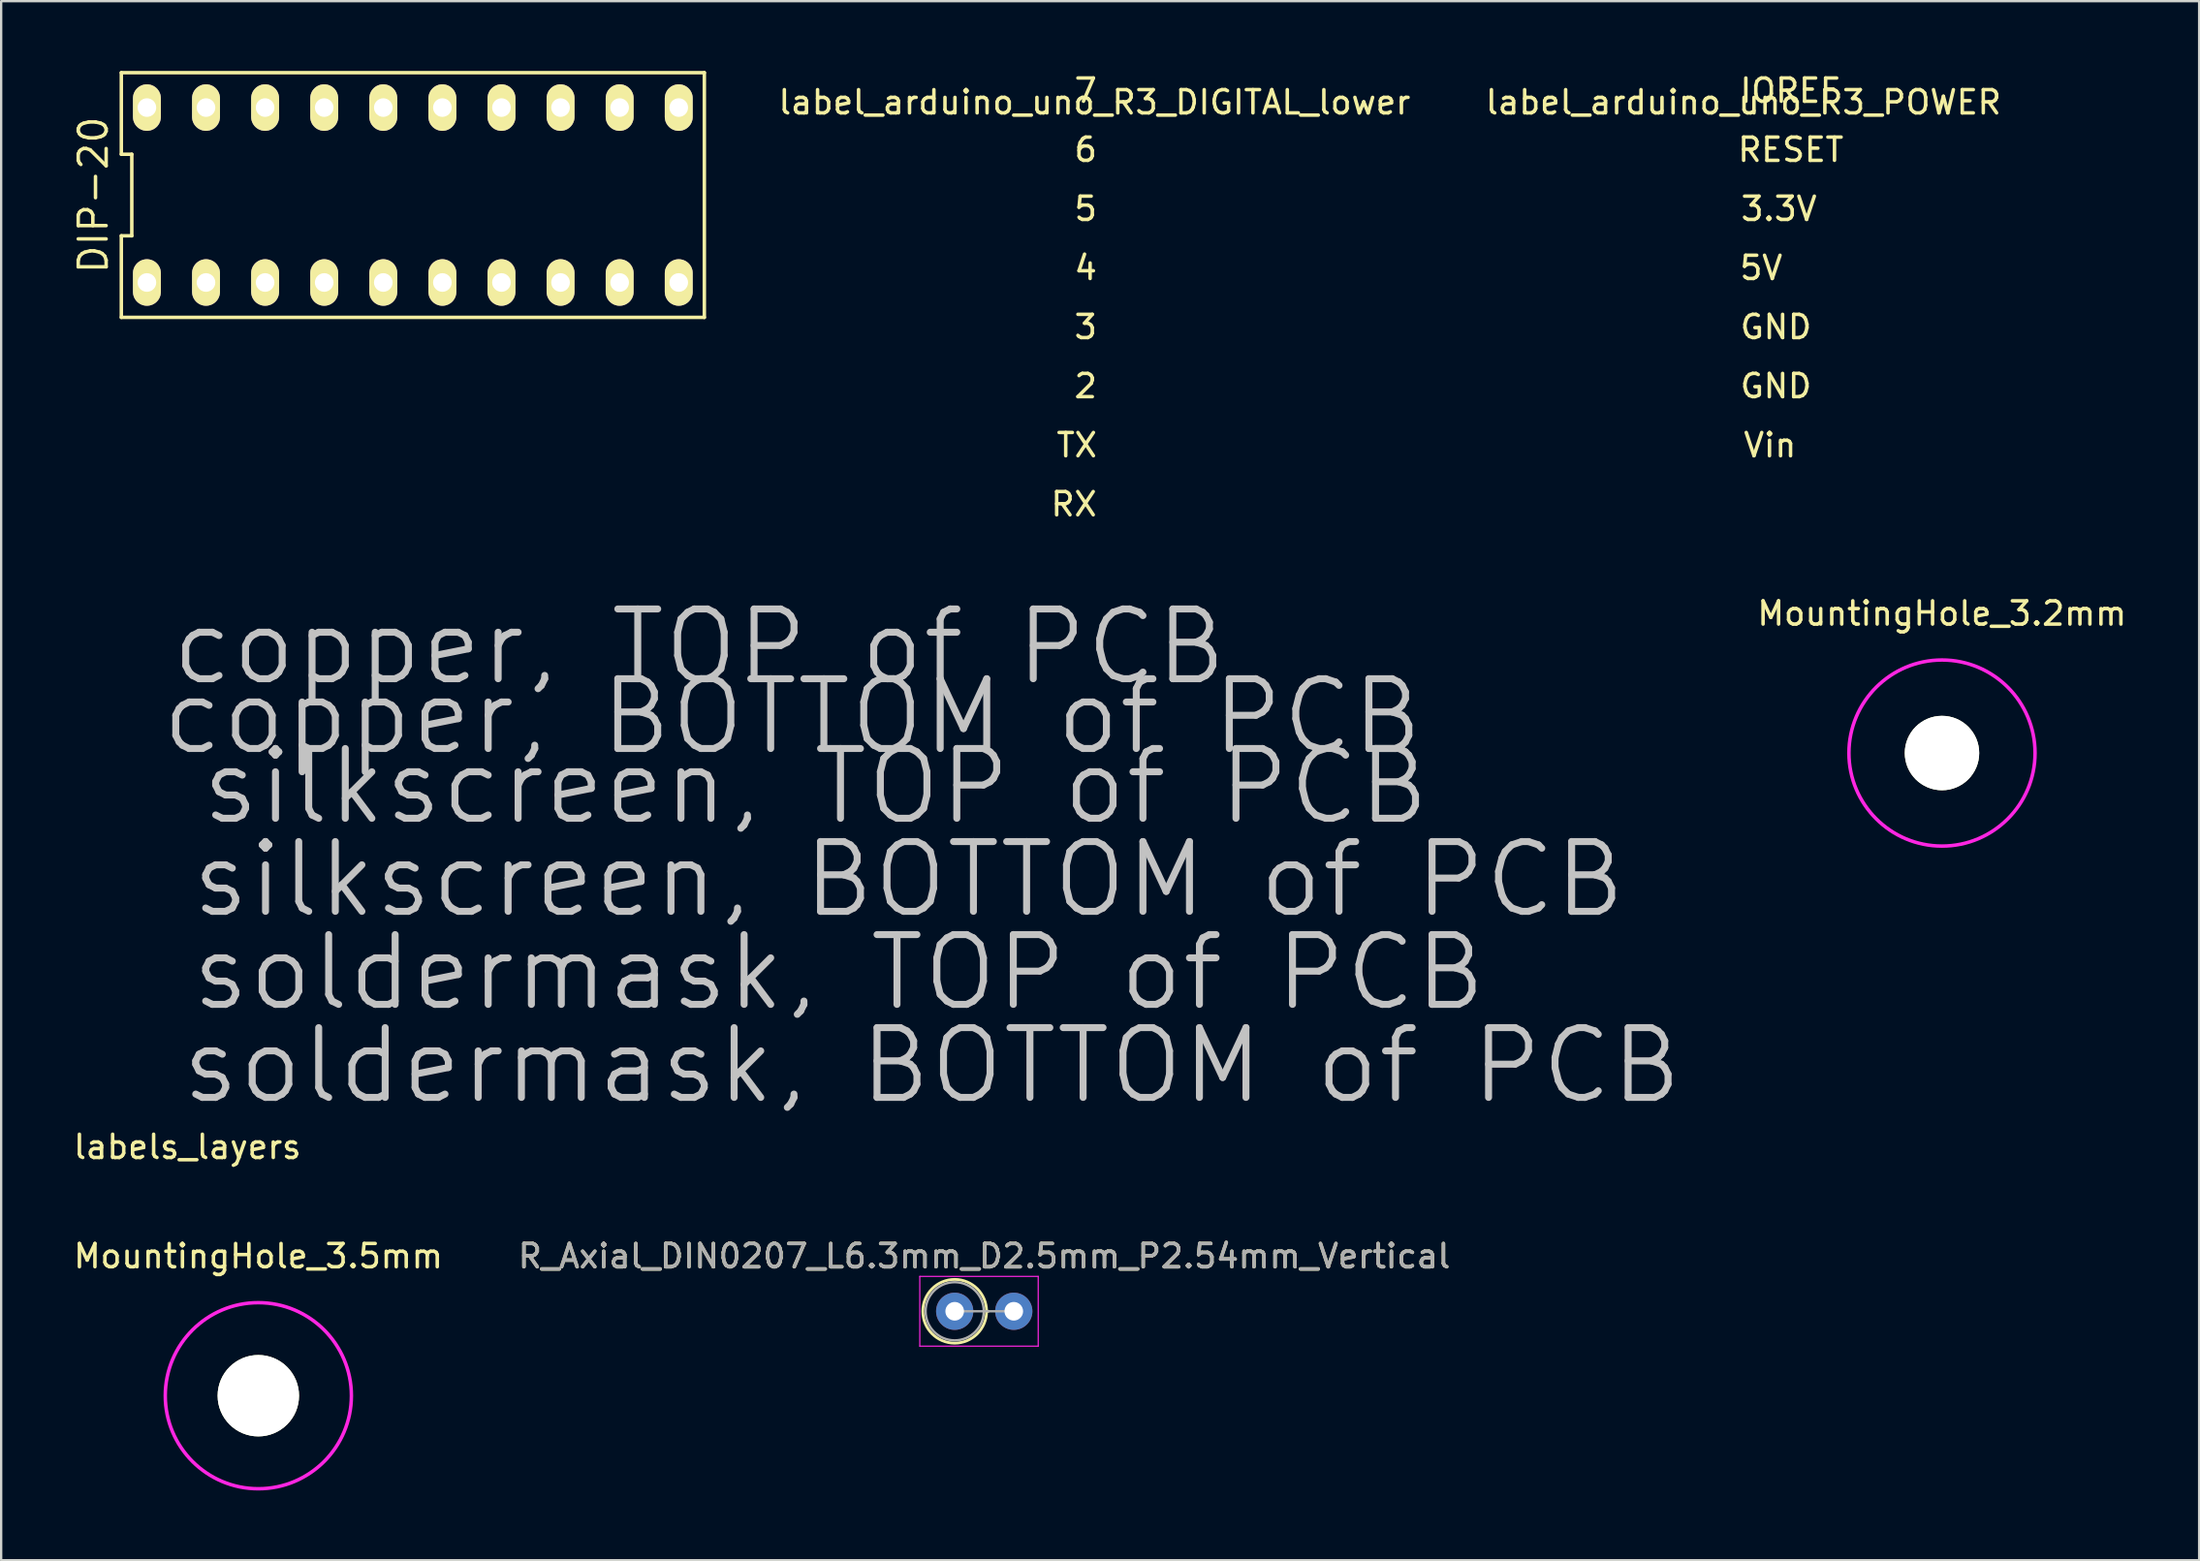
<source format=kicad_pcb>
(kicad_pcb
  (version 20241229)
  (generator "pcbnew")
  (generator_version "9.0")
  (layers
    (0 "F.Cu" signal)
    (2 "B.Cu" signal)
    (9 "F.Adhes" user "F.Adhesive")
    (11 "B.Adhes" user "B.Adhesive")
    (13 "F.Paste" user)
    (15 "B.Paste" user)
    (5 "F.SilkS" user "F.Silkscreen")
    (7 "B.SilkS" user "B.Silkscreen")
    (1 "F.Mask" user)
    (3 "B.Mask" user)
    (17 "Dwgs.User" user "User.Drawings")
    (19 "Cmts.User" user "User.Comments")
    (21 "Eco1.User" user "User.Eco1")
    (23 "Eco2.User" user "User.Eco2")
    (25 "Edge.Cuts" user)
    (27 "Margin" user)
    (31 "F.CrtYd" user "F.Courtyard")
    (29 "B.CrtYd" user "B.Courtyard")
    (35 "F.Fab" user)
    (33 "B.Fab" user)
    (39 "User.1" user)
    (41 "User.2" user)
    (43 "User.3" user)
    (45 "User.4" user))
  (footprint "label_arduino_uno_R3_DIGITAL_lower"
    (layer "F.Cu")
    (at 43.997 0.848)
    (property "Reference" "label_arduino_uno_R3_DIGITAL_lower" (at 0 0.5 0) (layer "F.SilkS") (effects (font (size 1 1) (thickness 0.15))))
    (attr through_hole)
    (fp_text user "5" (at -0.381 5.08 0) (layer "F.SilkS") (effects (font (size 1 1) (thickness 0.15))))
    (fp_text user "4" (at -0.381 7.62 0) (layer "F.SilkS") (effects (font (size 1 1) (thickness 0.15))))
    (fp_text user "7" (at -0.381 0 0) (layer "F.SilkS") (effects (font (size 1 1) (thickness 0.15))))
    (fp_text user "6" (at -0.381 2.54 0) (layer "F.SilkS") (effects (font (size 1 1) (thickness 0.15))))
    (fp_text user "3" (at -0.381 10.16 0) (layer "F.SilkS") (effects (font (size 1 1) (thickness 0.15))))
    (fp_text user "2" (at -0.381 12.7 0) (layer "F.SilkS") (effects (font (size 1 1) (thickness 0.15))))
    (fp_text user "RX" (at -0.889 17.78 0) (layer "F.SilkS") (effects (font (size 1 1) (thickness 0.15))))
    (fp_text user "TX" (at -0.762 15.24 0) (layer "F.SilkS") (effects (font (size 1 1) (thickness 0.15)))))
  (footprint "labels_layers"
    (layer "F.Cu")
    (at 5.006 45.758)
    (property "Reference" "labels_layers" (at 0 0.5 0) (layer "F.SilkS") (effects (font (size 1 1) (thickness 0.15))))
    (attr through_hole)
    (fp_text user "silkscreen, BOTTOM of PCB" (at 31 -11 0) (layer "Dwgs.User") (effects (font (size 3 3) (thickness 0.3))))
    (fp_text user "soldermask, BOTTOM of PCB" (at 32 -3 0) (layer "Dwgs.User") (effects (font (size 3 3) (thickness 0.3))))
    (fp_text user "copper, TOP of PCB" (at 22 -21 0) (layer "Dwgs.User") (effects (font (size 3 3) (thickness 0.3))))
    (fp_text user "copper, BOTTOM of PCB" (at 26 -18 0) (layer "Dwgs.User") (effects (font (size 3 3) (thickness 0.3))))
    (fp_text user "silkscreen, TOP of PCB" (at 27 -15 0) (layer "Dwgs.User") (effects (font (size 3 3) (thickness 0.3))))
    (fp_text user "soldermask, TOP of PCB" (at 28 -7 0) (layer "Dwgs.User") (effects (font (size 3 3) (thickness 0.3)))))
  (footprint "MountingHole_3.5mm"
    (layer "F.Cu")
    (at 8.054 56.955)
    (property "Reference" "MountingHole_3.5mm" (at 0 -6 0) (layer "F.SilkS") (effects (font (size 1 1) (thickness 0.15))))
    (attr through_hole)
    (fp_circle (center 0 0) (end 4 0) (stroke (width 0.15) (type solid)) (fill no) (layer "F.CrtYd"))
    (pad "" np_thru_hole circle (at 0 0) (size 3.5 3.5) (drill 3.5) (layers "*.Cu" "*.Mask" "F.SilkS")))
  (footprint "R_Axial_DIN0207_L6.3mm_D2.5mm_P2.54mm_Vertical"
    (layer "F.Cu")
    (at 37.986 53.325)
    (property "Reference" "R_Axial_DIN0207_L6.3mm_D2.5mm_P2.54mm_Vertical" (at 1.27 -2.37 0) (layer "F.SilkS") (effects (font (size 1 1) (thickness 0.15))))
    (attr through_hole)
    (fp_line (start 1.37 0) (end 1.44 0) (stroke (width 0.12) (type solid)) (layer "F.SilkS"))
    (fp_circle (center 0 0) (end 1.37 0) (stroke (width 0.12) (type solid)) (fill no) (layer "F.SilkS"))
    (fp_line (start -1.5 -1.5) (end -1.5 1.5) (stroke (width 0.05) (type solid)) (layer "F.CrtYd"))
    (fp_line (start -1.5 1.5) (end 3.59 1.5) (stroke (width 0.05) (type solid)) (layer "F.CrtYd"))
    (fp_line (start 3.59 -1.5) (end -1.5 -1.5) (stroke (width 0.05) (type solid)) (layer "F.CrtYd"))
    (fp_line (start 3.59 1.5) (end 3.59 -1.5) (stroke (width 0.05) (type solid)) (layer "F.CrtYd"))
    (fp_line (start 0 0) (end 2.54 0) (stroke (width 0.1) (type solid)) (layer "F.Fab"))
    (fp_circle (center 0 0) (end 1.25 0) (stroke (width 0.1) (type solid)) (fill no) (layer "F.Fab"))
    (fp_text user "${REFERENCE}" (at 1.27 -2.37 0) (layer "F.Fab") (effects (font (size 1 1) (thickness 0.15))))
    (pad "1" thru_hole circle (at 0 0) (size 1.6 1.6) (drill 0.8) (layers "*.Cu" "*.Mask"))
    (pad "2" thru_hole oval (at 2.54 0) (size 1.6 1.6) (drill 0.8) (layers "*.Cu" "*.Mask")))
  (footprint "label_arduino_uno_R3_POWER"
    (layer "F.Cu")
    (at 71.89 0.848)
    (property "Reference" "label_arduino_uno_R3_POWER" (at 0 0.5 0) (layer "F.SilkS") (effects (font (size 1 1) (thickness 0.15))))
    (attr through_hole)
    (fp_text user "RESET" (at 2.032 2.54 0) (layer "F.SilkS") (effects (font (size 1 1) (thickness 0.15))))
    (fp_text user "3.3V" (at 1.524 5.08 0) (layer "F.SilkS") (effects (font (size 1 1) (thickness 0.15))))
    (fp_text user "GND" (at 1.397 10.16 0) (layer "F.SilkS") (effects (font (size 1 1) (thickness 0.15))))
    (fp_text user "5V" (at 0.762 7.62 0) (layer "F.SilkS") (effects (font (size 1 1) (thickness 0.15))))
    (fp_text user "Vin" (at 1.143 15.24 0) (layer "F.SilkS") (effects (font (size 1 1) (thickness 0.15))))
    (fp_text user "IOREF" (at 2.007 0 0) (layer "F.SilkS") (effects (font (size 1 1) (thickness 0.15))))
    (fp_text user "GND" (at 1.397 12.7 0) (layer "F.SilkS") (effects (font (size 1 1) (thickness 0.15)))))
  (footprint "DIP-20"
    (layer "F.Cu")
    (at 14.695 5.335)
    (property "Reference" "DIP-20" (at -13.73 0 90) (layer "F.SilkS") (effects (font (size 1.2 1.2) (thickness 0.15))))
    (attr through_hole)
    (fp_line (start -12.53 -5.26) (end -12.53 -1.753) (stroke (width 0.15) (type solid)) (layer "F.SilkS"))
    (fp_line (start -12.53 -1.753) (end -12.08 -1.753) (stroke (width 0.15) (type solid)) (layer "F.SilkS"))
    (fp_line (start -12.53 1.753) (end -12.53 5.26) (stroke (width 0.15) (type solid)) (layer "F.SilkS"))
    (fp_line (start -12.53 5.26) (end 12.53 5.26) (stroke (width 0.15) (type solid)) (layer "F.SilkS"))
    (fp_line (start -12.08 -1.753) (end -12.08 1.753) (stroke (width 0.15) (type solid)) (layer "F.SilkS"))
    (fp_line (start -12.08 1.753) (end -12.53 1.753) (stroke (width 0.15) (type solid)) (layer "F.SilkS"))
    (fp_line (start 12.53 -5.26) (end -12.53 -5.26) (stroke (width 0.15) (type solid)) (layer "F.SilkS"))
    (fp_line (start 12.53 5.26) (end 12.53 -5.26) (stroke (width 0.15) (type solid)) (layer "F.SilkS"))
    (pad "1" thru_hole oval (at -11.43 3.76) (size 1.2 2) (drill 0.8) (layers "*.Cu" "*.Mask" "F.SilkS"))
    (pad "2" thru_hole oval (at -8.89 3.76) (size 1.2 2) (drill 0.8) (layers "*.Cu" "*.Mask" "F.SilkS"))
    (pad "3" thru_hole oval (at -6.35 3.76) (size 1.2 2) (drill 0.8) (layers "*.Cu" "*.Mask" "F.SilkS"))
    (pad "4" thru_hole oval (at -3.81 3.76) (size 1.2 2) (drill 0.8) (layers "*.Cu" "*.Mask" "F.SilkS"))
    (pad "5" thru_hole oval (at -1.27 3.76) (size 1.2 2) (drill 0.8) (layers "*.Cu" "*.Mask" "F.SilkS"))
    (pad "6" thru_hole oval (at 1.27 3.76) (size 1.2 2) (drill 0.8) (layers "*.Cu" "*.Mask" "F.SilkS"))
    (pad "7" thru_hole oval (at 3.81 3.76) (size 1.2 2) (drill 0.8) (layers "*.Cu" "*.Mask" "F.SilkS"))
    (pad "8" thru_hole oval (at 6.35 3.76) (size 1.2 2) (drill 0.8) (layers "*.Cu" "*.Mask" "F.SilkS"))
    (pad "9" thru_hole oval (at 8.89 3.76) (size 1.2 2) (drill 0.8) (layers "*.Cu" "*.Mask" "F.SilkS"))
    (pad "10" thru_hole oval (at 11.43 3.76) (size 1.2 2) (drill 0.8) (layers "*.Cu" "*.Mask" "F.SilkS"))
    (pad "11" thru_hole oval (at 11.43 -3.76) (size 1.2 2) (drill 0.8) (layers "*.Cu" "*.Mask" "F.SilkS"))
    (pad "12" thru_hole oval (at 8.89 -3.76) (size 1.2 2) (drill 0.8) (layers "*.Cu" "*.Mask" "F.SilkS"))
    (pad "13" thru_hole oval (at 6.35 -3.76) (size 1.2 2) (drill 0.8) (layers "*.Cu" "*.Mask" "F.SilkS"))
    (pad "14" thru_hole oval (at 3.81 -3.76) (size 1.2 2) (drill 0.8) (layers "*.Cu" "*.Mask" "F.SilkS"))
    (pad "15" thru_hole oval (at 1.27 -3.76) (size 1.2 2) (drill 0.8) (layers "*.Cu" "*.Mask" "F.SilkS"))
    (pad "16" thru_hole oval (at -1.27 -3.76) (size 1.2 2) (drill 0.8) (layers "*.Cu" "*.Mask" "F.SilkS"))
    (pad "17" thru_hole oval (at -3.81 -3.76) (size 1.2 2) (drill 0.8) (layers "*.Cu" "*.Mask" "F.SilkS"))
    (pad "18" thru_hole oval (at -6.35 -3.76) (size 1.2 2) (drill 0.8) (layers "*.Cu" "*.Mask" "F.SilkS"))
    (pad "19" thru_hole oval (at -8.89 -3.76) (size 1.2 2) (drill 0.8) (layers "*.Cu" "*.Mask" "F.SilkS"))
    (pad "20" thru_hole oval (at -11.43 -3.76) (size 1.2 2) (drill 0.8) (layers "*.Cu" "*.Mask" "F.SilkS")))
  (footprint "MountingHole_3.2mm"
    (layer "F.Cu")
    (at 80.424 29.325)
    (property "Reference" "MountingHole_3.2mm" (at 0 -6 0) (layer "F.SilkS") (effects (font (size 1 1) (thickness 0.15))))
    (attr through_hole)
    (fp_circle (center 0 0) (end 4 0) (stroke (width 0.15) (type solid)) (fill no) (layer "F.CrtYd"))
    (pad "" np_thru_hole circle (at 0 0) (size 3.2 3.2) (drill 3.2) (layers "*.Cu" "*.Mask" "F.SilkS")))
  (gr_rect
    (start -3 -3)
    (end 91.477 64.029)
    (stroke (width 0.1) (type default))
    (fill no)
    (layer "Edge.Cuts")))
</source>
